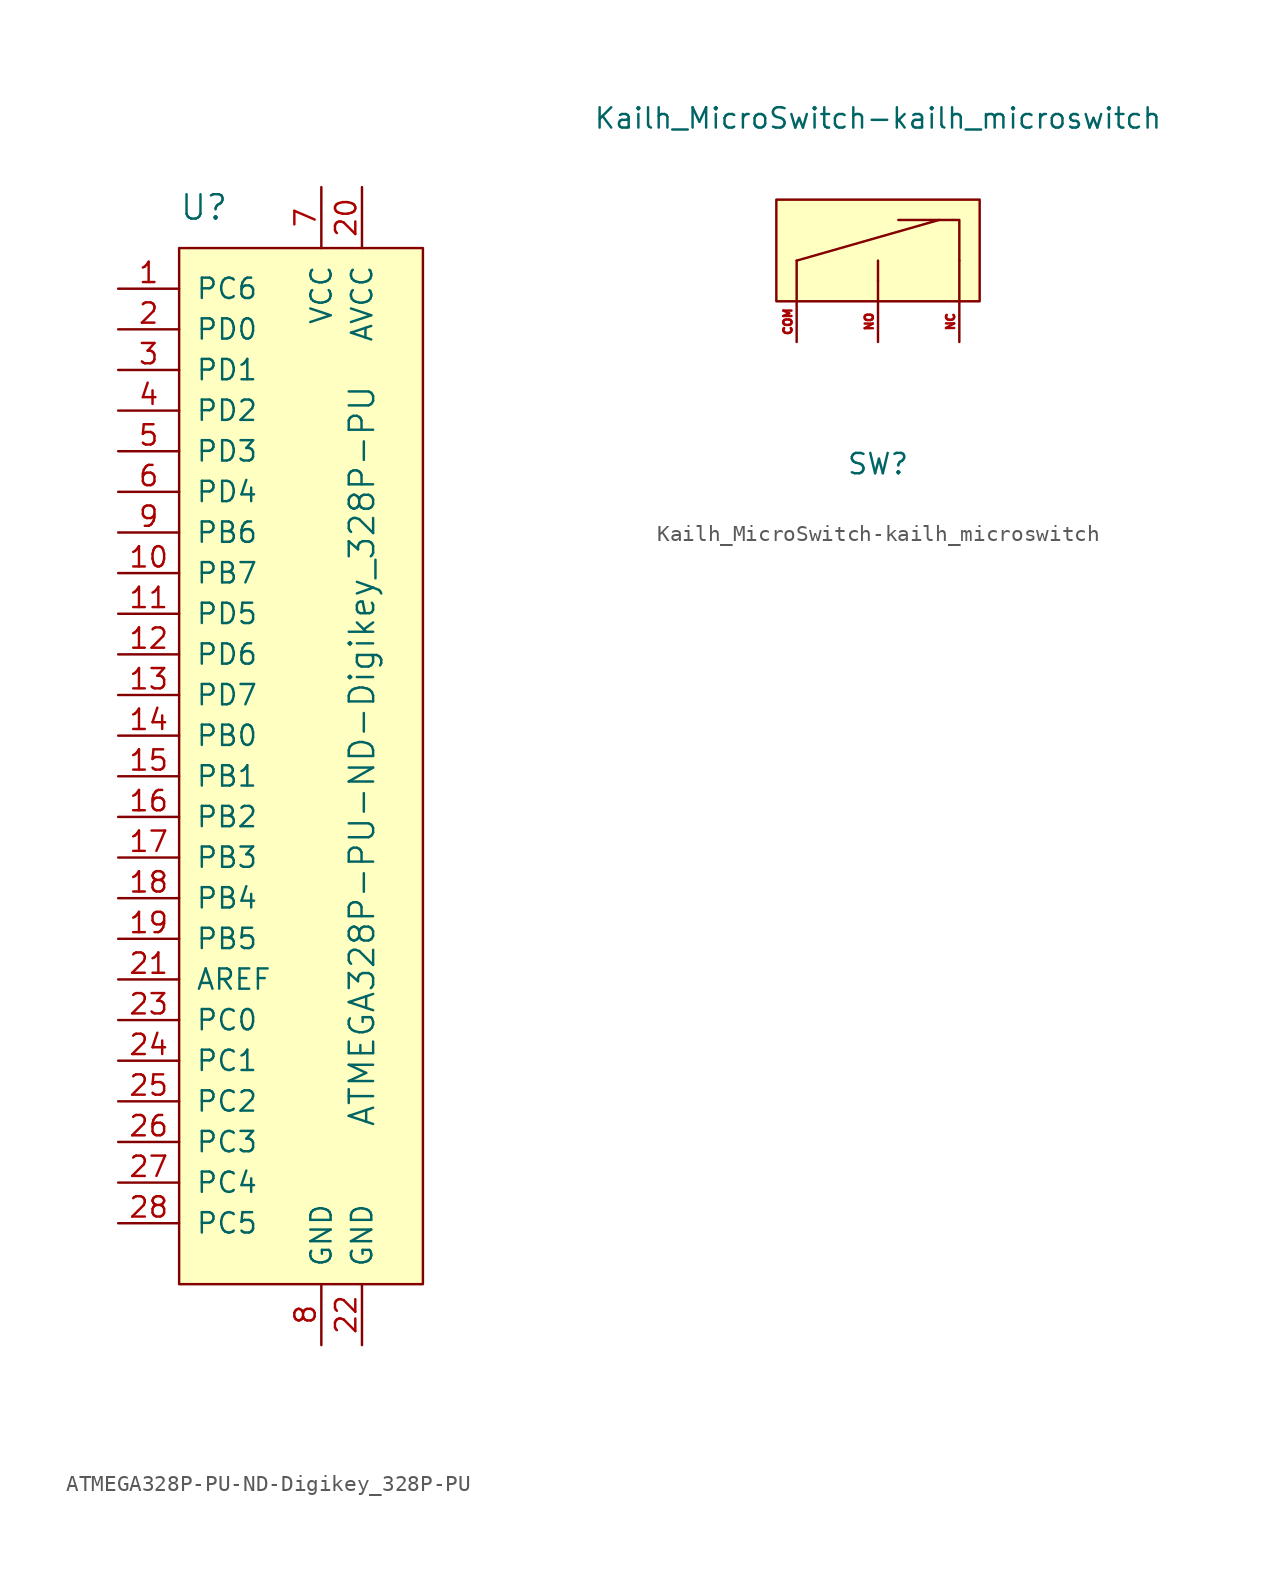
<source format=kicad_sym>
(kicad_symbol_lib
  (version 20231120)
  (generator "kicad_symbol_editor")
  (generator_version "8.0")
  (symbol "ATMEGA328P-PU-ND-Digikey_328P-PU"
    (pin_names
      (offset 1.016))
    (property "Reference" "U"
      (at -8.89 33.02 0)
      (effects (font (size 1.524 1.524)) (justify left)))
    (property "Value" "ATMEGA328P-PU-ND-Digikey_328P-PU"
      (at 2.54 -1.27 90)
      (effects (font (size 1.524 1.524))))
    (symbol "ATMEGA328P-PU-ND-Digikey_328P-PU_0_1"
      (rectangle (start -8.89 30.48) (end 6.35 -34.29) (stroke (width 0) (type solid)) (fill (type background))))
    (symbol "ATMEGA328P-PU-ND-Digikey_328P-PU_1_1"
      (pin bidirectional line (at -12.7 27.94 0) (length 3.81) (name "PC6" (effects (font (size 1.27 1.27)))) (number "1" (effects (font (size 1.27 1.27)))))
      (pin bidirectional line (at -12.7 10.16 0) (length 3.81) (name "PB7" (effects (font (size 1.27 1.27)))) (number "10" (effects (font (size 1.27 1.27)))))
      (pin bidirectional line (at -12.7 7.62 0) (length 3.81) (name "PD5" (effects (font (size 1.27 1.27)))) (number "11" (effects (font (size 1.27 1.27)))))
      (pin bidirectional line (at -12.7 5.08 0) (length 3.81) (name "PD6" (effects (font (size 1.27 1.27)))) (number "12" (effects (font (size 1.27 1.27)))))
      (pin bidirectional line (at -12.7 2.54 0) (length 3.81) (name "PD7" (effects (font (size 1.27 1.27)))) (number "13" (effects (font (size 1.27 1.27)))))
      (pin bidirectional line (at -12.7 0 0) (length 3.81) (name "PB0" (effects (font (size 1.27 1.27)))) (number "14" (effects (font (size 1.27 1.27)))))
      (pin bidirectional line (at -12.7 -2.54 0) (length 3.81) (name "PB1" (effects (font (size 1.27 1.27)))) (number "15" (effects (font (size 1.27 1.27)))))
      (pin bidirectional line (at -12.7 -5.08 0) (length 3.81) (name "PB2" (effects (font (size 1.27 1.27)))) (number "16" (effects (font (size 1.27 1.27)))))
      (pin bidirectional line (at -12.7 -7.62 0) (length 3.81) (name "PB3" (effects (font (size 1.27 1.27)))) (number "17" (effects (font (size 1.27 1.27)))))
      (pin bidirectional line (at -12.7 -10.16 0) (length 3.81) (name "PB4" (effects (font (size 1.27 1.27)))) (number "18" (effects (font (size 1.27 1.27)))))
      (pin bidirectional line (at -12.7 -12.7 0) (length 3.81) (name "PB5" (effects (font (size 1.27 1.27)))) (number "19" (effects (font (size 1.27 1.27)))))
      (pin bidirectional line (at -12.7 25.4 0) (length 3.81) (name "PD0" (effects (font (size 1.27 1.27)))) (number "2" (effects (font (size 1.27 1.27)))))
      (pin power_in line (at 2.54 34.29 270) (length 3.81) (name "AVCC" (effects (font (size 1.27 1.27)))) (number "20" (effects (font (size 1.27 1.27)))))
      (pin input line (at -12.7 -15.24 0) (length 3.81) (name "AREF" (effects (font (size 1.27 1.27)))) (number "21" (effects (font (size 1.27 1.27)))))
      (pin power_in line (at 2.54 -38.1 90) (length 3.81) (name "GND" (effects (font (size 1.27 1.27)))) (number "22" (effects (font (size 1.27 1.27)))))
      (pin bidirectional line (at -12.7 -17.78 0) (length 3.81) (name "PC0" (effects (font (size 1.27 1.27)))) (number "23" (effects (font (size 1.27 1.27)))))
      (pin bidirectional line (at -12.7 -20.32 0) (length 3.81) (name "PC1" (effects (font (size 1.27 1.27)))) (number "24" (effects (font (size 1.27 1.27)))))
      (pin bidirectional line (at -12.7 -22.86 0) (length 3.81) (name "PC2" (effects (font (size 1.27 1.27)))) (number "25" (effects (font (size 1.27 1.27)))))
      (pin bidirectional line (at -12.7 -25.4 0) (length 3.81) (name "PC3" (effects (font (size 1.27 1.27)))) (number "26" (effects (font (size 1.27 1.27)))))
      (pin bidirectional line (at -12.7 -27.94 0) (length 3.81) (name "PC4" (effects (font (size 1.27 1.27)))) (number "27" (effects (font (size 1.27 1.27)))))
      (pin bidirectional line (at -12.7 -30.48 0) (length 3.81) (name "PC5" (effects (font (size 1.27 1.27)))) (number "28" (effects (font (size 1.27 1.27)))))
      (pin bidirectional line (at -12.7 22.86 0) (length 3.81) (name "PD1" (effects (font (size 1.27 1.27)))) (number "3" (effects (font (size 1.27 1.27)))))
      (pin bidirectional line (at -12.7 20.32 0) (length 3.81) (name "PD2" (effects (font (size 1.27 1.27)))) (number "4" (effects (font (size 1.27 1.27)))))
      (pin bidirectional line (at -12.7 17.78 0) (length 3.81) (name "PD3" (effects (font (size 1.27 1.27)))) (number "5" (effects (font (size 1.27 1.27)))))
      (pin bidirectional line (at -12.7 15.24 0) (length 3.81) (name "PD4" (effects (font (size 1.27 1.27)))) (number "6" (effects (font (size 1.27 1.27)))))
      (pin power_in line (at 0 34.29 270) (length 3.81) (name "VCC" (effects (font (size 1.27 1.27)))) (number "7" (effects (font (size 1.27 1.27)))))
      (pin power_in line (at 0 -38.1 90) (length 3.81) (name "GND" (effects (font (size 1.27 1.27)))) (number "8" (effects (font (size 1.27 1.27)))))
      (pin bidirectional line (at -12.7 12.7 0) (length 3.81) (name "PB6" (effects (font (size 1.27 1.27)))) (number "9" (effects (font (size 1.27 1.27)))))))
  (symbol "Kailh_MicroSwitch-kailh_microswitch"
    (pin_names
      (offset 1.016))
    (property "Reference" "SW"
      (at 0 -10.16 0)
      (effects (font (size 1.27 1.27))))
    (property "Value" "Kailh_MicroSwitch-kailh_microswitch"
      (at 0 11.43 0)
      (effects (font (size 1.27 1.27))))
    (symbol "Kailh_MicroSwitch-kailh_microswitch_0_1"
      (rectangle (start -6.35 6.35) (end 6.35 0) (stroke (width 0) (type solid)) (fill (type background)))
      (polyline (pts (xy -5.08 0) (xy -5.08 2.54)) (stroke (width 0) (type solid)) (fill (type none)))
      (polyline (pts (xy -5.08 2.54) (xy 3.81 5.08)) (stroke (width 0) (type solid)) (fill (type none)))
      (polyline (pts (xy 0 0) (xy 0 1.27)) (stroke (width 0) (type solid)) (fill (type none)))
      (polyline (pts (xy 0 1.27) (xy 0 2.54)) (stroke (width 0) (type solid)) (fill (type none)))
      (polyline (pts (xy 5.08 0) (xy 5.08 2.54)) (stroke (width 0) (type solid)) (fill (type none)))
      (polyline (pts (xy 5.08 2.54) (xy 5.08 5.08) (xy 1.27 5.08)) (stroke (width 0) (type solid)) (fill (type none))))
    (symbol "Kailh_MicroSwitch-kailh_microswitch_1_1"
      (pin input line (at -5.08 -2.54 90) (length 2.54) (name "~" (effects (font (size 1.27 1.27)))) (number "COM" (effects (font (size 0.508 0.508)))))
      (pin input line (at 5.08 -2.54 90) (length 2.54) (name "~" (effects (font (size 1.27 1.27)))) (number "NC" (effects (font (size 0.508 0.508)))))
      (pin input line (at 0 -2.54 90) (length 2.54) (name "~" (effects (font (size 1.27 1.27)))) (number "NO" (effects (font (size 0.508 0.508))))))))
</source>
